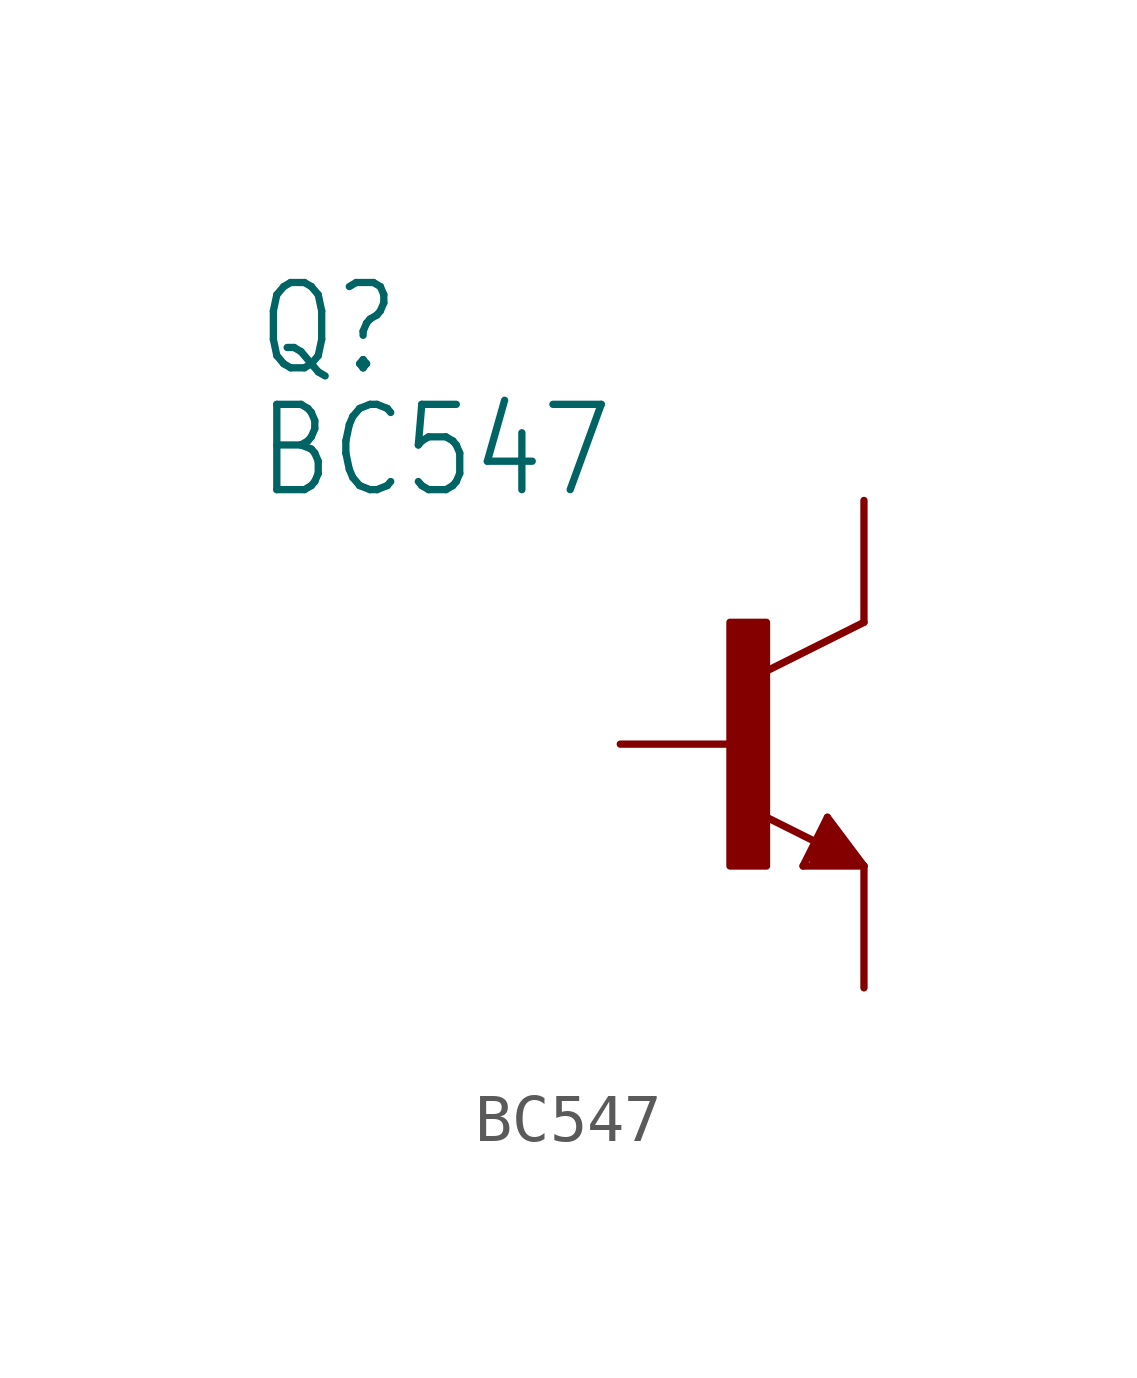
<source format=kicad_sym>
(kicad_symbol_lib
  (version 20211014)
  (generator kicad_symbol_editor)
  (symbol "BC547"
    (property "Reference" "Q"
      (at -10.16 7.62 0)
      (effects (font (size 1.778 1.511)) (justify left bottom)))
    (property "Value" "BC547"
      (at -10.16 5.08 0)
      (effects (font (size 1.778 1.511)) (justify left bottom)))
    (property "ki_locked" ""
      (at 0 0 0)
      (effects (font (size 1.27 1.27))))
    (symbol "BC547_1_0"
      (rectangle (start -0.254 -2.54) (end 0.508 2.54) (stroke (width 0) (type default) (color 0 0 0 0)) (fill (type outline)))
      (polyline (pts (xy 1.27 -2.54) (xy 1.778 -1.524)) (stroke (width 0.152) (type default) (color 0 0 0 0)) (fill (type none)))
      (polyline (pts (xy 1.524 -2.413) (xy 2.286 -2.413)) (stroke (width 0.254) (type default) (color 0 0 0 0)) (fill (type none)))
      (polyline (pts (xy 1.524 -2.286) (xy 1.905 -2.286)) (stroke (width 0.254) (type default) (color 0 0 0 0)) (fill (type none)))
      (polyline (pts (xy 1.54 -2.04) (xy 0.308 -1.424)) (stroke (width 0.152) (type default) (color 0 0 0 0)) (fill (type none)))
      (polyline (pts (xy 1.778 -1.778) (xy 1.524 -2.286)) (stroke (width 0.254) (type default) (color 0 0 0 0)) (fill (type none)))
      (polyline (pts (xy 1.778 -1.524) (xy 2.54 -2.54)) (stroke (width 0.152) (type default) (color 0 0 0 0)) (fill (type none)))
      (polyline (pts (xy 1.905 -2.286) (xy 1.778 -2.032)) (stroke (width 0.254) (type default) (color 0 0 0 0)) (fill (type none)))
      (polyline (pts (xy 2.286 -2.413) (xy 1.778 -1.778)) (stroke (width 0.254) (type default) (color 0 0 0 0)) (fill (type none)))
      (polyline (pts (xy 2.54 -2.54) (xy 1.27 -2.54)) (stroke (width 0.152) (type default) (color 0 0 0 0)) (fill (type none)))
      (polyline (pts (xy 2.54 2.54) (xy 0.508 1.524)) (stroke (width 0.152) (type default) (color 0 0 0 0)) (fill (type none)))
      (pin passive line (at 2.54 -5.08 90) (length 2.54) (name "E" (effects (font (size 0 0)))) (number "1" (effects (font (size 0 0)))))
      (pin passive line (at -2.54 0 0) (length 2.54) (name "B" (effects (font (size 0 0)))) (number "2" (effects (font (size 0 0)))))
      (pin passive line (at 2.54 5.08 270) (length 2.54) (name "C" (effects (font (size 0 0)))) (number "3" (effects (font (size 0 0))))))))
</source>
